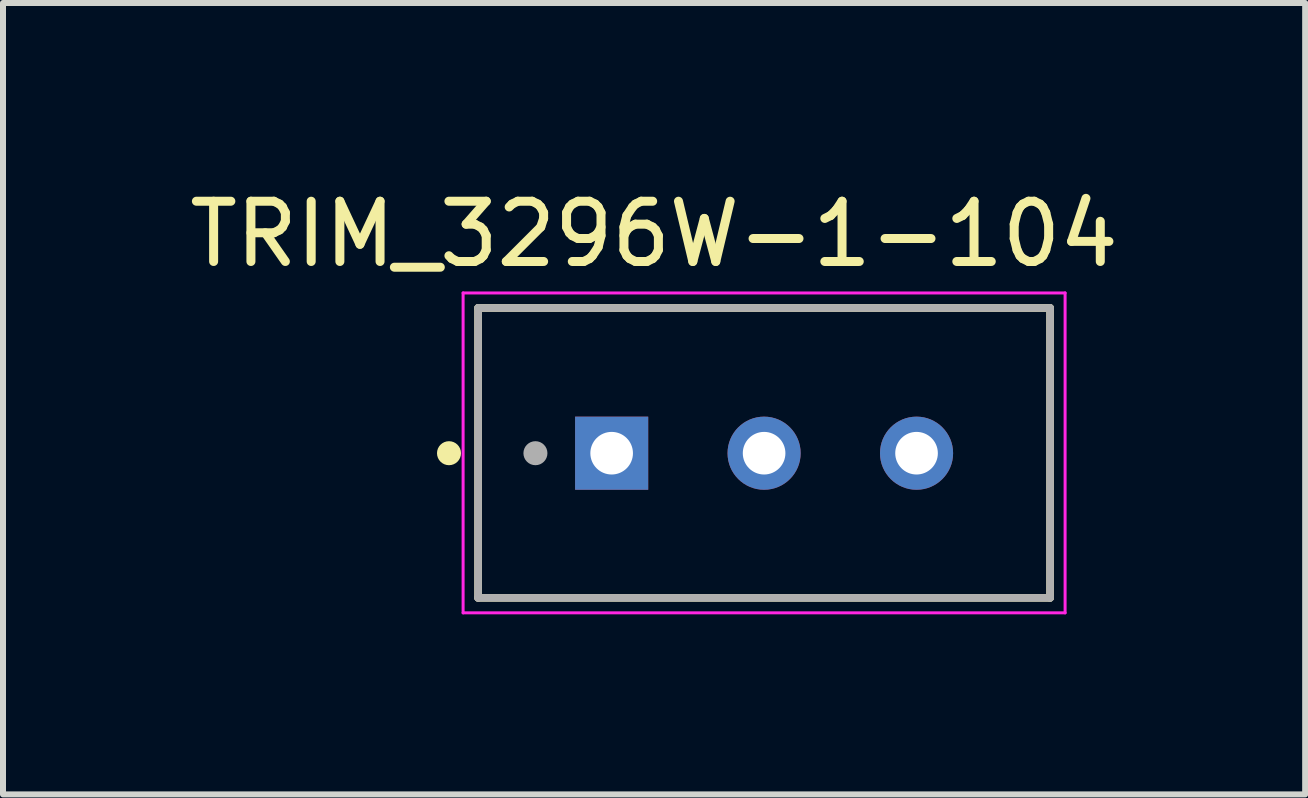
<source format=kicad_pcb>
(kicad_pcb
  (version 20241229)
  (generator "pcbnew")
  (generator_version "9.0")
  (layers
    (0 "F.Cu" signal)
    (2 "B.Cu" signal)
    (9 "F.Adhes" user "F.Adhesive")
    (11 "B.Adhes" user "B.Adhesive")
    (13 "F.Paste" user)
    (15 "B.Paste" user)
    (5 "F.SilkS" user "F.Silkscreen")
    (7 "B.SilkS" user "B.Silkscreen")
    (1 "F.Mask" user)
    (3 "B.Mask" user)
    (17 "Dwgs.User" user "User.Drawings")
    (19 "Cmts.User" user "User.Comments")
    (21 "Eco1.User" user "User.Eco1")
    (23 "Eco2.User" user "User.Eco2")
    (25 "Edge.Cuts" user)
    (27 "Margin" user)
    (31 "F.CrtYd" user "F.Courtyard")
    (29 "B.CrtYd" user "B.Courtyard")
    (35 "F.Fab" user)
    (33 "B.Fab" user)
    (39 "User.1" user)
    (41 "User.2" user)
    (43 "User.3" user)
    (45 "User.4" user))
  (footprint "TRIM_3296W-1-104"
    (layer "F.Cu")
    (at 9.681 4.501)
    (property "Reference" "TRIM_3296W-1-104" (at -1.833 -3.651 0) (layer "F.SilkS") (effects (font (size 1.004 1.004) (thickness 0.15))))
    (attr through_hole)
    (fp_line (start -4.765 -2.42) (end 4.765 -2.42) (stroke (width 0.127) (type solid)) (layer "F.SilkS"))
    (fp_line (start -4.765 2.41) (end -4.765 -2.42) (stroke (width 0.127) (type solid)) (layer "F.SilkS"))
    (fp_line (start 4.765 -2.42) (end 4.765 2.41) (stroke (width 0.127) (type solid)) (layer "F.SilkS"))
    (fp_line (start 4.765 2.41) (end -4.765 2.41) (stroke (width 0.127) (type solid)) (layer "F.SilkS"))
    (fp_circle (center -5.25 0) (end -5.15 0) (stroke (width 0.2) (type solid)) (fill no) (layer "F.SilkS"))
    (fp_line (start -5.015 -2.67) (end 5.015 -2.67) (stroke (width 0.05) (type solid)) (layer "F.CrtYd"))
    (fp_line (start -5.015 2.66) (end -5.015 -2.67) (stroke (width 0.05) (type solid)) (layer "F.CrtYd"))
    (fp_line (start 5.015 -2.67) (end 5.015 2.66) (stroke (width 0.05) (type solid)) (layer "F.CrtYd"))
    (fp_line (start 5.015 2.66) (end -5.015 2.66) (stroke (width 0.05) (type solid)) (layer "F.CrtYd"))
    (fp_line (start -4.765 -2.42) (end 4.765 -2.42) (stroke (width 0.127) (type solid)) (layer "F.Fab"))
    (fp_line (start -4.765 2.41) (end -4.765 -2.42) (stroke (width 0.127) (type solid)) (layer "F.Fab"))
    (fp_line (start 4.765 -2.42) (end 4.765 2.41) (stroke (width 0.127) (type solid)) (layer "F.Fab"))
    (fp_line (start 4.765 2.41) (end -4.765 2.41) (stroke (width 0.127) (type solid)) (layer "F.Fab"))
    (fp_circle (center -3.81 0) (end -3.71 0) (stroke (width 0.2) (type solid)) (fill no) (layer "F.Fab"))
    (pad "1" thru_hole rect (at -2.54 0) (size 1.218 1.218) (drill 0.71) (layers "*.Cu" "*.Mask"))
    (pad "2" thru_hole circle (at 0 0) (size 1.218 1.218) (drill 0.71) (layers "*.Cu" "*.Mask"))
    (pad "3" thru_hole circle (at 2.54 0) (size 1.218 1.218) (drill 0.71) (layers "*.Cu" "*.Mask")))
  (gr_rect
    (start -3 -3)
    (end 18.696 10.186)
    (stroke (width 0.1) (type default))
    (fill no)
    (layer "Edge.Cuts")))
</source>
